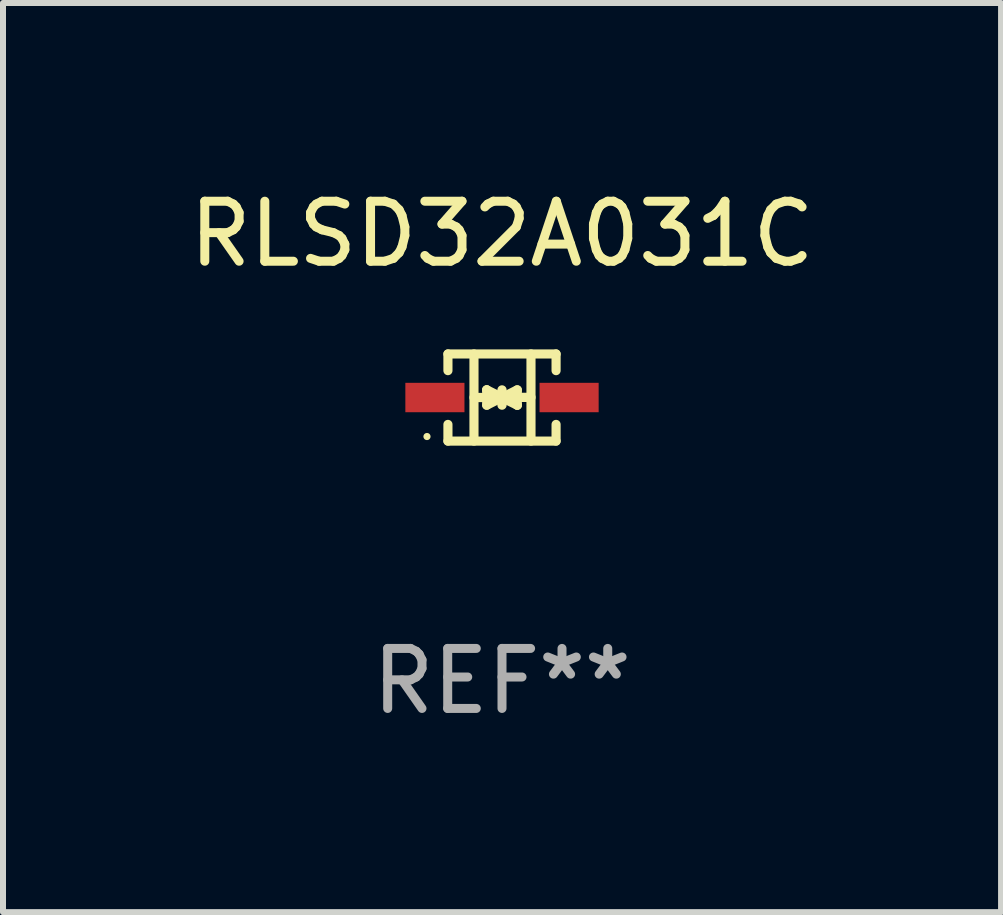
<source format=kicad_pcb>
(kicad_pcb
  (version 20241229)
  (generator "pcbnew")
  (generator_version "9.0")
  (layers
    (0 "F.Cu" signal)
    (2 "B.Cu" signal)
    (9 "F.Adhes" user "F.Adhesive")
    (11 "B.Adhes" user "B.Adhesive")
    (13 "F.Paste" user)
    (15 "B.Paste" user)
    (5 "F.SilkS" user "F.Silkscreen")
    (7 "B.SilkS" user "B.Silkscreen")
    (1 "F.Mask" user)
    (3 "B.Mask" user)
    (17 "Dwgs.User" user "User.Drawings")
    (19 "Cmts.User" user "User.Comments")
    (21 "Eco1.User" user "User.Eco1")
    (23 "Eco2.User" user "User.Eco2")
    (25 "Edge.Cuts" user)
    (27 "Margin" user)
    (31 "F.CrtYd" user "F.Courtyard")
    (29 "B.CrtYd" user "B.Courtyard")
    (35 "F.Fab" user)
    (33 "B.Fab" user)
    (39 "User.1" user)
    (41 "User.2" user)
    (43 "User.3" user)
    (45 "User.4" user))
  (footprint "RLSD32A031C"
    (layer "F.Cu")
    (at 5.315 3.574)
    (property "Reference" "RLSD32A031C" (at 0 -2.726 0) (layer "F.SilkS") (effects (font (size 1 1) (thickness 0.15))))
    (attr through_hole)
    (fp_line (start -0.901 -0.726) (end -0.901 -0.448) (stroke (width 0.152) (type solid)) (layer "F.SilkS"))
    (fp_line (start -0.901 0.726) (end -0.901 0.448) (stroke (width 0.152) (type solid)) (layer "F.SilkS"))
    (fp_line (start -0.467 0) (end 0.483 -0.003) (stroke (width 0.154) (type solid)) (layer "F.SilkS"))
    (fp_line (start -0.467 0.726) (end -0.467 -0.726) (stroke (width 0.152) (type solid)) (layer "F.SilkS"))
    (fp_line (start -0.254 -0.127) (end -0.254 -0.127) (stroke (width 0.154) (type solid)) (layer "F.SilkS"))
    (fp_line (start -0.254 -0.127) (end -0.002 -0.003) (stroke (width 0.154) (type solid)) (layer "F.SilkS"))
    (fp_line (start -0.254 0.127) (end -0.254 -0.127) (stroke (width 0.154) (type solid)) (layer "F.SilkS"))
    (fp_line (start -0.127 0) (end 0.003 0) (stroke (width 0.154) (type solid)) (layer "F.SilkS"))
    (fp_line (start -0.003 0) (end -0.254 0.127) (stroke (width 0.154) (type solid)) (layer "F.SilkS"))
    (fp_line (start 0 -0.127) (end 0 0.127) (stroke (width 0.154) (type solid)) (layer "F.SilkS"))
    (fp_line (start 0.003 0) (end 0.254 -0.127) (stroke (width 0.154) (type solid)) (layer "F.SilkS"))
    (fp_line (start 0.127 0) (end -0.003 0) (stroke (width 0.154) (type solid)) (layer "F.SilkS"))
    (fp_line (start 0.254 -0.127) (end 0.254 0.127) (stroke (width 0.154) (type solid)) (layer "F.SilkS"))
    (fp_line (start 0.254 0.127) (end 0.002 0.003) (stroke (width 0.154) (type solid)) (layer "F.SilkS"))
    (fp_line (start 0.254 0.127) (end 0.254 0.127) (stroke (width 0.154) (type solid)) (layer "F.SilkS"))
    (fp_line (start 0.483 0.726) (end 0.483 -0.726) (stroke (width 0.152) (type solid)) (layer "F.SilkS"))
    (fp_line (start 0.901 -0.726) (end -0.901 -0.726) (stroke (width 0.152) (type solid)) (layer "F.SilkS"))
    (fp_line (start 0.901 -0.726) (end 0.901 -0.448) (stroke (width 0.152) (type solid)) (layer "F.SilkS"))
    (fp_line (start 0.901 0.726) (end -0.901 0.726) (stroke (width 0.152) (type solid)) (layer "F.SilkS"))
    (fp_line (start 0.901 0.726) (end 0.901 0.448) (stroke (width 0.152) (type solid)) (layer "F.SilkS"))
    (fp_circle (center -1.25 0.65) (end -1.22 0.65) (stroke (width 0.06) (type solid)) (fill no) (layer "F.SilkS"))
    (fp_text user "REF**" (at 0 4.726 0) (layer "F.Fab") (effects (font (size 1 1) (thickness 0.15))))
    (pad "1" smd rect (at -1.118 0) (size 0.985 0.49) (layers "F.Cu" "F.Mask" "F.Paste"))
    (pad "2" smd rect (at 1.118 0) (size 0.985 0.49) (layers "F.Cu" "F.Mask" "F.Paste")))
  (gr_rect
    (start -3 -3)
    (end 13.631 12.149)
    (stroke (width 0.1) (type default))
    (fill no)
    (layer "Edge.Cuts")))
</source>
